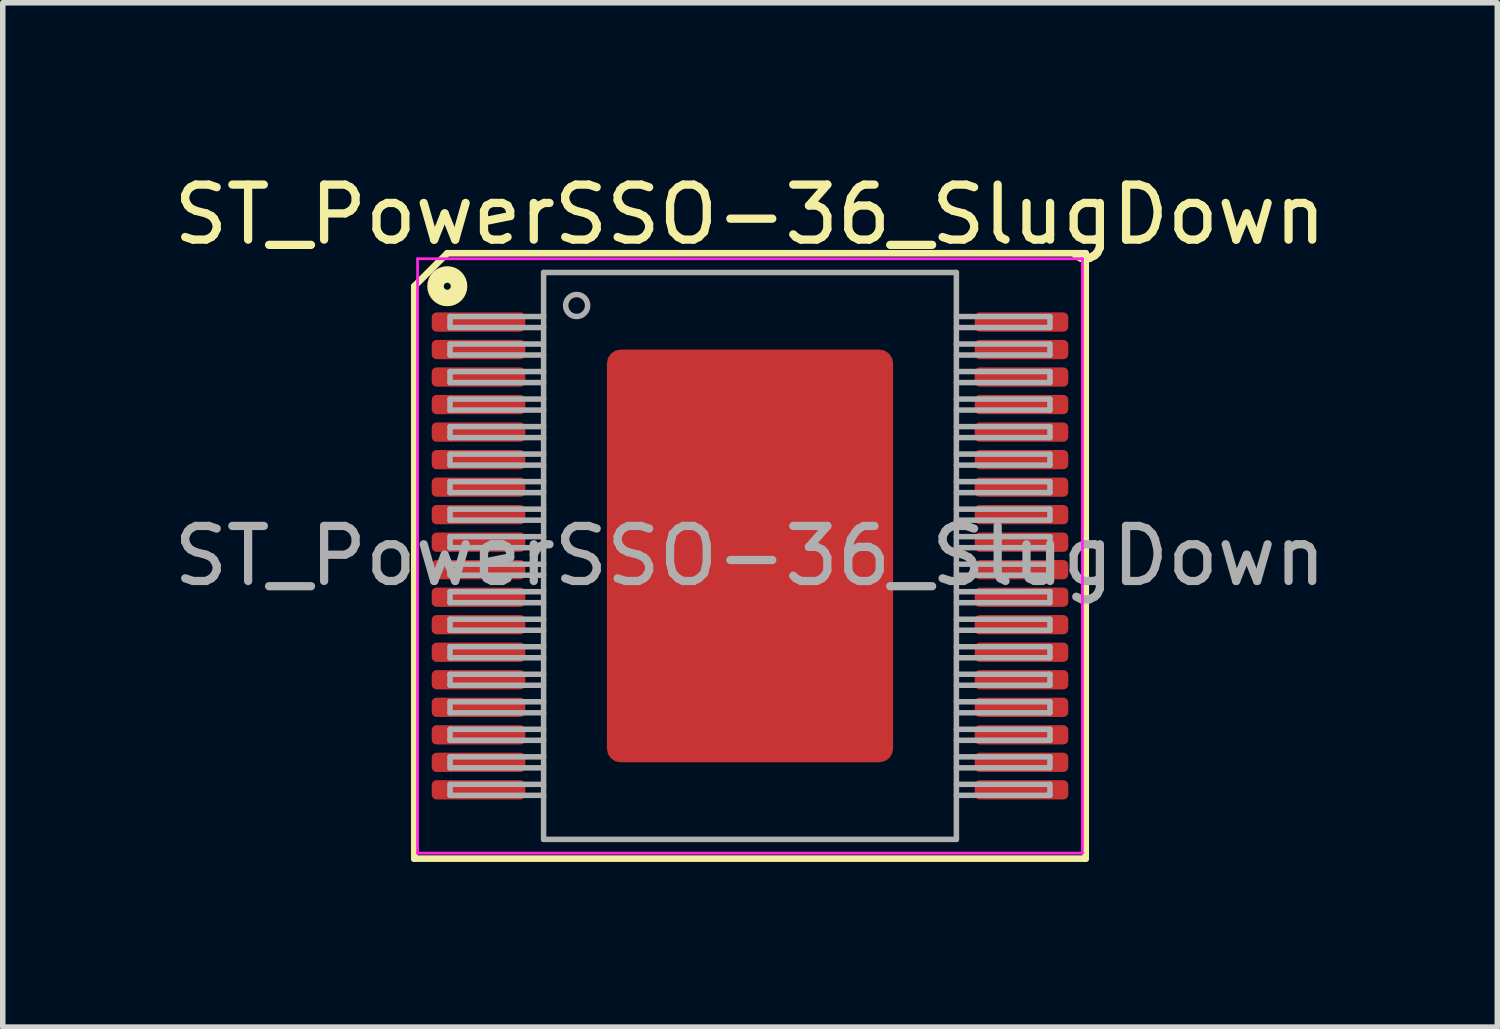
<source format=kicad_pcb>
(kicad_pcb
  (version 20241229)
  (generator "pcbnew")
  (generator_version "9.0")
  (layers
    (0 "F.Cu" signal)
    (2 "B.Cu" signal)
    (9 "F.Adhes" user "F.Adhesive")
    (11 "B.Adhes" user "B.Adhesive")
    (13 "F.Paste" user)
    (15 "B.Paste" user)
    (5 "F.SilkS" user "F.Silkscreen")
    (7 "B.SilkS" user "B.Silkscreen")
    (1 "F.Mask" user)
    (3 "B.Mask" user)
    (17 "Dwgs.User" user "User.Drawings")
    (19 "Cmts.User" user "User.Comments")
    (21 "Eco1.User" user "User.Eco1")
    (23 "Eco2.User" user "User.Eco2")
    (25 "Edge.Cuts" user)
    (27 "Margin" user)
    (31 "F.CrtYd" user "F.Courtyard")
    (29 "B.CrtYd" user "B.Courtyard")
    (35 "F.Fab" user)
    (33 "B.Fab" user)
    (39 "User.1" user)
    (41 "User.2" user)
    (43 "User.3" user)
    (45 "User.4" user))
  (footprint "ST_PowerSSO-36_SlugDown"
    (layer "F.Cu")
    (at 10.577 7.051)
    (property "Reference" "ST_PowerSSO-36_SlugDown" (at 0 -6.202 0) (layer "F.SilkS") (effects (font (size 1 1) (thickness 0.15))))
    (attr smd)
    (fp_line (start -6.1 -4.9) (end -6.1 5.5) (stroke (width 0.12) (type solid)) (layer "F.SilkS"))
    (fp_line (start -6.1 -4.9) (end -5.5 -5.5) (stroke (width 0.12) (type solid)) (layer "F.SilkS"))
    (fp_line (start -6.1 5.5) (end 6.1 5.5) (stroke (width 0.12) (type solid)) (layer "F.SilkS"))
    (fp_line (start 6.1 -5.5) (end -5.5 -5.5) (stroke (width 0.12) (type solid)) (layer "F.SilkS"))
    (fp_line (start 6.1 5.5) (end 6.1 -5.5) (stroke (width 0.12) (type solid)) (layer "F.SilkS"))
    (fp_circle (center -5.5 -4.9) (end -5.436 -4.9) (stroke (width 0.3) (type solid)) (fill no) (layer "F.SilkS"))
    (fp_line (start -6.04 -5.4) (end -6.04 5.4) (stroke (width 0.05) (type solid)) (layer "F.CrtYd"))
    (fp_line (start -6.04 -5.4) (end 6.04 -5.4) (stroke (width 0.05) (type solid)) (layer "F.CrtYd"))
    (fp_line (start 6.04 5.4) (end -6.04 5.4) (stroke (width 0.05) (type solid)) (layer "F.CrtYd"))
    (fp_line (start 6.04 5.4) (end 6.04 -5.4) (stroke (width 0.05) (type solid)) (layer "F.CrtYd"))
    (fp_line (start -5.45 -4.35) (end -5.45 -4.15) (stroke (width 0.1) (type solid)) (layer "F.Fab"))
    (fp_line (start -5.45 -4.35) (end -3.75 -4.35) (stroke (width 0.1) (type solid)) (layer "F.Fab"))
    (fp_line (start -5.45 -4.15) (end -3.75 -4.15) (stroke (width 0.1) (type solid)) (layer "F.Fab"))
    (fp_line (start -5.45 -3.85) (end -5.45 -3.65) (stroke (width 0.1) (type solid)) (layer "F.Fab"))
    (fp_line (start -5.45 -3.85) (end -3.75 -3.85) (stroke (width 0.1) (type solid)) (layer "F.Fab"))
    (fp_line (start -5.45 -3.65) (end -3.75 -3.65) (stroke (width 0.1) (type solid)) (layer "F.Fab"))
    (fp_line (start -5.45 -3.35) (end -5.45 -3.15) (stroke (width 0.1) (type solid)) (layer "F.Fab"))
    (fp_line (start -5.45 -3.35) (end -3.75 -3.35) (stroke (width 0.1) (type solid)) (layer "F.Fab"))
    (fp_line (start -5.45 -3.15) (end -3.75 -3.15) (stroke (width 0.1) (type solid)) (layer "F.Fab"))
    (fp_line (start -5.45 -2.85) (end -5.45 -2.65) (stroke (width 0.1) (type solid)) (layer "F.Fab"))
    (fp_line (start -5.45 -2.85) (end -3.75 -2.85) (stroke (width 0.1) (type solid)) (layer "F.Fab"))
    (fp_line (start -5.45 -2.65) (end -3.75 -2.65) (stroke (width 0.1) (type solid)) (layer "F.Fab"))
    (fp_line (start -5.45 -2.35) (end -5.45 -2.15) (stroke (width 0.1) (type solid)) (layer "F.Fab"))
    (fp_line (start -5.45 -2.35) (end -3.75 -2.35) (stroke (width 0.1) (type solid)) (layer "F.Fab"))
    (fp_line (start -5.45 -2.15) (end -3.75 -2.15) (stroke (width 0.1) (type solid)) (layer "F.Fab"))
    (fp_line (start -5.45 -1.85) (end -5.45 -1.65) (stroke (width 0.1) (type solid)) (layer "F.Fab"))
    (fp_line (start -5.45 -1.85) (end -3.75 -1.85) (stroke (width 0.1) (type solid)) (layer "F.Fab"))
    (fp_line (start -5.45 -1.65) (end -3.75 -1.65) (stroke (width 0.1) (type solid)) (layer "F.Fab"))
    (fp_line (start -5.45 -1.35) (end -5.45 -1.15) (stroke (width 0.1) (type solid)) (layer "F.Fab"))
    (fp_line (start -5.45 -1.35) (end -3.75 -1.35) (stroke (width 0.1) (type solid)) (layer "F.Fab"))
    (fp_line (start -5.45 -1.15) (end -3.75 -1.15) (stroke (width 0.1) (type solid)) (layer "F.Fab"))
    (fp_line (start -5.45 -0.85) (end -5.45 -0.65) (stroke (width 0.1) (type solid)) (layer "F.Fab"))
    (fp_line (start -5.45 -0.85) (end -3.75 -0.85) (stroke (width 0.1) (type solid)) (layer "F.Fab"))
    (fp_line (start -5.45 -0.65) (end -3.75 -0.65) (stroke (width 0.1) (type solid)) (layer "F.Fab"))
    (fp_line (start -5.45 -0.35) (end -5.45 -0.15) (stroke (width 0.1) (type solid)) (layer "F.Fab"))
    (fp_line (start -5.45 -0.35) (end -3.75 -0.35) (stroke (width 0.1) (type solid)) (layer "F.Fab"))
    (fp_line (start -5.45 -0.15) (end -3.75 -0.15) (stroke (width 0.1) (type solid)) (layer "F.Fab"))
    (fp_line (start -5.45 0.15) (end -5.45 0.35) (stroke (width 0.1) (type solid)) (layer "F.Fab"))
    (fp_line (start -5.45 0.15) (end -3.75 0.15) (stroke (width 0.1) (type solid)) (layer "F.Fab"))
    (fp_line (start -5.45 0.35) (end -3.75 0.35) (stroke (width 0.1) (type solid)) (layer "F.Fab"))
    (fp_line (start -5.45 0.65) (end -5.45 0.85) (stroke (width 0.1) (type solid)) (layer "F.Fab"))
    (fp_line (start -5.45 0.65) (end -3.75 0.65) (stroke (width 0.1) (type solid)) (layer "F.Fab"))
    (fp_line (start -5.45 0.85) (end -3.75 0.85) (stroke (width 0.1) (type solid)) (layer "F.Fab"))
    (fp_line (start -5.45 1.15) (end -5.45 1.35) (stroke (width 0.1) (type solid)) (layer "F.Fab"))
    (fp_line (start -5.45 1.15) (end -3.75 1.15) (stroke (width 0.1) (type solid)) (layer "F.Fab"))
    (fp_line (start -5.45 1.35) (end -3.75 1.35) (stroke (width 0.1) (type solid)) (layer "F.Fab"))
    (fp_line (start -5.45 1.65) (end -5.45 1.85) (stroke (width 0.1) (type solid)) (layer "F.Fab"))
    (fp_line (start -5.45 1.65) (end -3.75 1.65) (stroke (width 0.1) (type solid)) (layer "F.Fab"))
    (fp_line (start -5.45 1.85) (end -3.75 1.85) (stroke (width 0.1) (type solid)) (layer "F.Fab"))
    (fp_line (start -5.45 2.15) (end -5.45 2.35) (stroke (width 0.1) (type solid)) (layer "F.Fab"))
    (fp_line (start -5.45 2.15) (end -3.75 2.15) (stroke (width 0.1) (type solid)) (layer "F.Fab"))
    (fp_line (start -5.45 2.35) (end -3.75 2.35) (stroke (width 0.1) (type solid)) (layer "F.Fab"))
    (fp_line (start -5.45 2.65) (end -5.45 2.85) (stroke (width 0.1) (type solid)) (layer "F.Fab"))
    (fp_line (start -5.45 2.65) (end -3.75 2.65) (stroke (width 0.1) (type solid)) (layer "F.Fab"))
    (fp_line (start -5.45 2.85) (end -3.75 2.85) (stroke (width 0.1) (type solid)) (layer "F.Fab"))
    (fp_line (start -5.45 3.15) (end -5.45 3.35) (stroke (width 0.1) (type solid)) (layer "F.Fab"))
    (fp_line (start -5.45 3.15) (end -3.75 3.15) (stroke (width 0.1) (type solid)) (layer "F.Fab"))
    (fp_line (start -5.45 3.35) (end -3.75 3.35) (stroke (width 0.1) (type solid)) (layer "F.Fab"))
    (fp_line (start -5.45 3.65) (end -5.45 3.85) (stroke (width 0.1) (type solid)) (layer "F.Fab"))
    (fp_line (start -5.45 3.65) (end -3.75 3.65) (stroke (width 0.1) (type solid)) (layer "F.Fab"))
    (fp_line (start -5.45 3.85) (end -3.75 3.85) (stroke (width 0.1) (type solid)) (layer "F.Fab"))
    (fp_line (start -5.45 4.15) (end -5.45 4.35) (stroke (width 0.1) (type solid)) (layer "F.Fab"))
    (fp_line (start -5.45 4.15) (end -3.75 4.15) (stroke (width 0.1) (type solid)) (layer "F.Fab"))
    (fp_line (start -5.45 4.35) (end -3.75 4.35) (stroke (width 0.1) (type solid)) (layer "F.Fab"))
    (fp_line (start -3.75 -5.15) (end -3.75 5.15) (stroke (width 0.1) (type solid)) (layer "F.Fab"))
    (fp_line (start -3.75 5.15) (end 3.75 5.15) (stroke (width 0.1) (type solid)) (layer "F.Fab"))
    (fp_line (start 3.75 -5.15) (end -3.75 -5.15) (stroke (width 0.1) (type solid)) (layer "F.Fab"))
    (fp_line (start 3.75 5.15) (end 3.75 -5.15) (stroke (width 0.1) (type solid)) (layer "F.Fab"))
    (fp_line (start 5.45 -4.35) (end 3.75 -4.35) (stroke (width 0.1) (type solid)) (layer "F.Fab"))
    (fp_line (start 5.45 -4.15) (end 3.75 -4.15) (stroke (width 0.1) (type solid)) (layer "F.Fab"))
    (fp_line (start 5.45 -4.15) (end 5.45 -4.35) (stroke (width 0.1) (type solid)) (layer "F.Fab"))
    (fp_line (start 5.45 -3.85) (end 3.75 -3.85) (stroke (width 0.1) (type solid)) (layer "F.Fab"))
    (fp_line (start 5.45 -3.65) (end 3.75 -3.65) (stroke (width 0.1) (type solid)) (layer "F.Fab"))
    (fp_line (start 5.45 -3.65) (end 5.45 -3.85) (stroke (width 0.1) (type solid)) (layer "F.Fab"))
    (fp_line (start 5.45 -3.35) (end 3.75 -3.35) (stroke (width 0.1) (type solid)) (layer "F.Fab"))
    (fp_line (start 5.45 -3.15) (end 3.75 -3.15) (stroke (width 0.1) (type solid)) (layer "F.Fab"))
    (fp_line (start 5.45 -3.15) (end 5.45 -3.35) (stroke (width 0.1) (type solid)) (layer "F.Fab"))
    (fp_line (start 5.45 -2.85) (end 3.75 -2.85) (stroke (width 0.1) (type solid)) (layer "F.Fab"))
    (fp_line (start 5.45 -2.65) (end 3.75 -2.65) (stroke (width 0.1) (type solid)) (layer "F.Fab"))
    (fp_line (start 5.45 -2.65) (end 5.45 -2.85) (stroke (width 0.1) (type solid)) (layer "F.Fab"))
    (fp_line (start 5.45 -2.35) (end 3.75 -2.35) (stroke (width 0.1) (type solid)) (layer "F.Fab"))
    (fp_line (start 5.45 -2.15) (end 3.75 -2.15) (stroke (width 0.1) (type solid)) (layer "F.Fab"))
    (fp_line (start 5.45 -2.15) (end 5.45 -2.35) (stroke (width 0.1) (type solid)) (layer "F.Fab"))
    (fp_line (start 5.45 -1.85) (end 3.75 -1.85) (stroke (width 0.1) (type solid)) (layer "F.Fab"))
    (fp_line (start 5.45 -1.65) (end 3.75 -1.65) (stroke (width 0.1) (type solid)) (layer "F.Fab"))
    (fp_line (start 5.45 -1.65) (end 5.45 -1.85) (stroke (width 0.1) (type solid)) (layer "F.Fab"))
    (fp_line (start 5.45 -1.35) (end 3.75 -1.35) (stroke (width 0.1) (type solid)) (layer "F.Fab"))
    (fp_line (start 5.45 -1.15) (end 3.75 -1.15) (stroke (width 0.1) (type solid)) (layer "F.Fab"))
    (fp_line (start 5.45 -1.15) (end 5.45 -1.35) (stroke (width 0.1) (type solid)) (layer "F.Fab"))
    (fp_line (start 5.45 -0.85) (end 3.75 -0.85) (stroke (width 0.1) (type solid)) (layer "F.Fab"))
    (fp_line (start 5.45 -0.65) (end 3.75 -0.65) (stroke (width 0.1) (type solid)) (layer "F.Fab"))
    (fp_line (start 5.45 -0.65) (end 5.45 -0.85) (stroke (width 0.1) (type solid)) (layer "F.Fab"))
    (fp_line (start 5.45 -0.35) (end 3.75 -0.35) (stroke (width 0.1) (type solid)) (layer "F.Fab"))
    (fp_line (start 5.45 -0.15) (end 3.75 -0.15) (stroke (width 0.1) (type solid)) (layer "F.Fab"))
    (fp_line (start 5.45 -0.15) (end 5.45 -0.35) (stroke (width 0.1) (type solid)) (layer "F.Fab"))
    (fp_line (start 5.45 0.15) (end 3.75 0.15) (stroke (width 0.1) (type solid)) (layer "F.Fab"))
    (fp_line (start 5.45 0.35) (end 3.75 0.35) (stroke (width 0.1) (type solid)) (layer "F.Fab"))
    (fp_line (start 5.45 0.35) (end 5.45 0.15) (stroke (width 0.1) (type solid)) (layer "F.Fab"))
    (fp_line (start 5.45 0.65) (end 3.75 0.65) (stroke (width 0.1) (type solid)) (layer "F.Fab"))
    (fp_line (start 5.45 0.85) (end 3.75 0.85) (stroke (width 0.1) (type solid)) (layer "F.Fab"))
    (fp_line (start 5.45 0.85) (end 5.45 0.65) (stroke (width 0.1) (type solid)) (layer "F.Fab"))
    (fp_line (start 5.45 1.15) (end 3.75 1.15) (stroke (width 0.1) (type solid)) (layer "F.Fab"))
    (fp_line (start 5.45 1.35) (end 3.75 1.35) (stroke (width 0.1) (type solid)) (layer "F.Fab"))
    (fp_line (start 5.45 1.35) (end 5.45 1.15) (stroke (width 0.1) (type solid)) (layer "F.Fab"))
    (fp_line (start 5.45 1.65) (end 3.75 1.65) (stroke (width 0.1) (type solid)) (layer "F.Fab"))
    (fp_line (start 5.45 1.85) (end 3.75 1.85) (stroke (width 0.1) (type solid)) (layer "F.Fab"))
    (fp_line (start 5.45 1.85) (end 5.45 1.65) (stroke (width 0.1) (type solid)) (layer "F.Fab"))
    (fp_line (start 5.45 2.15) (end 3.75 2.15) (stroke (width 0.1) (type solid)) (layer "F.Fab"))
    (fp_line (start 5.45 2.35) (end 3.75 2.35) (stroke (width 0.1) (type solid)) (layer "F.Fab"))
    (fp_line (start 5.45 2.35) (end 5.45 2.15) (stroke (width 0.1) (type solid)) (layer "F.Fab"))
    (fp_line (start 5.45 2.65) (end 3.75 2.65) (stroke (width 0.1) (type solid)) (layer "F.Fab"))
    (fp_line (start 5.45 2.85) (end 3.75 2.85) (stroke (width 0.1) (type solid)) (layer "F.Fab"))
    (fp_line (start 5.45 2.85) (end 5.45 2.65) (stroke (width 0.1) (type solid)) (layer "F.Fab"))
    (fp_line (start 5.45 3.15) (end 3.75 3.15) (stroke (width 0.1) (type solid)) (layer "F.Fab"))
    (fp_line (start 5.45 3.35) (end 3.75 3.35) (stroke (width 0.1) (type solid)) (layer "F.Fab"))
    (fp_line (start 5.45 3.35) (end 5.45 3.15) (stroke (width 0.1) (type solid)) (layer "F.Fab"))
    (fp_line (start 5.45 3.65) (end 3.75 3.65) (stroke (width 0.1) (type solid)) (layer "F.Fab"))
    (fp_line (start 5.45 3.85) (end 3.75 3.85) (stroke (width 0.1) (type solid)) (layer "F.Fab"))
    (fp_line (start 5.45 3.85) (end 5.45 3.65) (stroke (width 0.1) (type solid)) (layer "F.Fab"))
    (fp_line (start 5.45 4.15) (end 3.75 4.15) (stroke (width 0.1) (type solid)) (layer "F.Fab"))
    (fp_line (start 5.45 4.35) (end 3.75 4.35) (stroke (width 0.1) (type solid)) (layer "F.Fab"))
    (fp_line (start 5.45 4.35) (end 5.45 4.15) (stroke (width 0.1) (type solid)) (layer "F.Fab"))
    (fp_circle (center -3.15 -4.55) (end -2.95 -4.55) (stroke (width 0.1) (type solid)) (fill no) (layer "F.Fab"))
    (fp_text user "${REFERENCE}" (at 0 0 0) (layer "F.Fab") (effects (font (size 1 1) (thickness 0.15))))
    (pad "" smd roundrect (at -1.7 -2.7) (size 1.4 1.5) (layers "F.Paste") (roundrect_rratio 0.179))
    (pad "" smd roundrect (at -1.7 -0.9) (size 1.4 1.5) (layers "F.Paste") (roundrect_rratio 0.179))
    (pad "" smd roundrect (at -1.7 0.9) (size 1.4 1.5) (layers "F.Paste") (roundrect_rratio 0.179))
    (pad "" smd roundrect (at -1.7 2.7) (size 1.4 1.5) (layers "F.Paste") (roundrect_rratio 0.179))
    (pad "" smd roundrect (at 0 -2.7) (size 1.4 1.5) (layers "F.Paste") (roundrect_rratio 0.179))
    (pad "" smd roundrect (at 0 -0.9) (size 1.4 1.5) (layers "F.Paste") (roundrect_rratio 0.179))
    (pad "" smd roundrect (at 0 0.9) (size 1.4 1.5) (layers "F.Paste") (roundrect_rratio 0.179))
    (pad "" smd roundrect (at 0 2.7) (size 1.4 1.5) (layers "F.Paste") (roundrect_rratio 0.179))
    (pad "" smd roundrect (at 1.7 -2.7) (size 1.4 1.5) (layers "F.Paste") (roundrect_rratio 0.179))
    (pad "" smd roundrect (at 1.7 -0.9) (size 1.4 1.5) (layers "F.Paste") (roundrect_rratio 0.179))
    (pad "" smd roundrect (at 1.7 0.9) (size 1.4 1.5) (layers "F.Paste") (roundrect_rratio 0.179))
    (pad "" smd roundrect (at 1.7 2.7) (size 1.4 1.5) (layers "F.Paste") (roundrect_rratio 0.179))
    (pad "1" smd roundrect (at -4.933 -4.25) (size 1.7 0.35) (layers "F.Cu" "F.Mask" "F.Paste") (roundrect_rratio 0.25))
    (pad "2" smd roundrect (at -4.933 -3.75) (size 1.7 0.35) (layers "F.Cu" "F.Mask" "F.Paste") (roundrect_rratio 0.25))
    (pad "3" smd roundrect (at -4.933 -3.25) (size 1.7 0.35) (layers "F.Cu" "F.Mask" "F.Paste") (roundrect_rratio 0.25))
    (pad "4" smd roundrect (at -4.933 -2.75) (size 1.7 0.35) (layers "F.Cu" "F.Mask" "F.Paste") (roundrect_rratio 0.25))
    (pad "5" smd roundrect (at -4.933 -2.25) (size 1.7 0.35) (layers "F.Cu" "F.Mask" "F.Paste") (roundrect_rratio 0.25))
    (pad "6" smd roundrect (at -4.933 -1.75) (size 1.7 0.35) (layers "F.Cu" "F.Mask" "F.Paste") (roundrect_rratio 0.25))
    (pad "7" smd roundrect (at -4.933 -1.25) (size 1.7 0.35) (layers "F.Cu" "F.Mask" "F.Paste") (roundrect_rratio 0.25))
    (pad "8" smd roundrect (at -4.933 -0.75) (size 1.7 0.35) (layers "F.Cu" "F.Mask" "F.Paste") (roundrect_rratio 0.25))
    (pad "9" smd roundrect (at -4.933 -0.25) (size 1.7 0.35) (layers "F.Cu" "F.Mask" "F.Paste") (roundrect_rratio 0.25))
    (pad "10" smd roundrect (at -4.933 0.25) (size 1.7 0.35) (layers "F.Cu" "F.Mask" "F.Paste") (roundrect_rratio 0.25))
    (pad "11" smd roundrect (at -4.933 0.75) (size 1.7 0.35) (layers "F.Cu" "F.Mask" "F.Paste") (roundrect_rratio 0.25))
    (pad "12" smd roundrect (at -4.933 1.25) (size 1.7 0.35) (layers "F.Cu" "F.Mask" "F.Paste") (roundrect_rratio 0.25))
    (pad "13" smd roundrect (at -4.933 1.75) (size 1.7 0.35) (layers "F.Cu" "F.Mask" "F.Paste") (roundrect_rratio 0.25))
    (pad "14" smd roundrect (at -4.933 2.25) (size 1.7 0.35) (layers "F.Cu" "F.Mask" "F.Paste") (roundrect_rratio 0.25))
    (pad "15" smd roundrect (at -4.933 2.75) (size 1.7 0.35) (layers "F.Cu" "F.Mask" "F.Paste") (roundrect_rratio 0.25))
    (pad "16" smd roundrect (at -4.933 3.25) (size 1.7 0.35) (layers "F.Cu" "F.Mask" "F.Paste") (roundrect_rratio 0.25))
    (pad "17" smd roundrect (at -4.933 3.75) (size 1.7 0.35) (layers "F.Cu" "F.Mask" "F.Paste") (roundrect_rratio 0.25))
    (pad "18" smd roundrect (at -4.933 4.25) (size 1.7 0.35) (layers "F.Cu" "F.Mask" "F.Paste") (roundrect_rratio 0.25))
    (pad "19" smd roundrect (at 4.933 4.25) (size 1.7 0.35) (layers "F.Cu" "F.Mask" "F.Paste") (roundrect_rratio 0.25))
    (pad "20" smd roundrect (at 4.933 3.75) (size 1.7 0.35) (layers "F.Cu" "F.Mask" "F.Paste") (roundrect_rratio 0.25))
    (pad "21" smd roundrect (at 4.933 3.25) (size 1.7 0.35) (layers "F.Cu" "F.Mask" "F.Paste") (roundrect_rratio 0.25))
    (pad "22" smd roundrect (at 4.933 2.75) (size 1.7 0.35) (layers "F.Cu" "F.Mask" "F.Paste") (roundrect_rratio 0.25))
    (pad "23" smd roundrect (at 4.933 2.25) (size 1.7 0.35) (layers "F.Cu" "F.Mask" "F.Paste") (roundrect_rratio 0.25))
    (pad "24" smd roundrect (at 4.933 1.75) (size 1.7 0.35) (layers "F.Cu" "F.Mask" "F.Paste") (roundrect_rratio 0.25))
    (pad "25" smd roundrect (at 4.933 1.25) (size 1.7 0.35) (layers "F.Cu" "F.Mask" "F.Paste") (roundrect_rratio 0.25))
    (pad "26" smd roundrect (at 4.933 0.75) (size 1.7 0.35) (layers "F.Cu" "F.Mask" "F.Paste") (roundrect_rratio 0.25))
    (pad "27" smd roundrect (at 4.933 0.25) (size 1.7 0.35) (layers "F.Cu" "F.Mask" "F.Paste") (roundrect_rratio 0.25))
    (pad "28" smd roundrect (at 4.933 -0.25) (size 1.7 0.35) (layers "F.Cu" "F.Mask" "F.Paste") (roundrect_rratio 0.25))
    (pad "29" smd roundrect (at 4.933 -0.75) (size 1.7 0.35) (layers "F.Cu" "F.Mask" "F.Paste") (roundrect_rratio 0.25))
    (pad "30" smd roundrect (at 4.933 -1.25) (size 1.7 0.35) (layers "F.Cu" "F.Mask" "F.Paste") (roundrect_rratio 0.25))
    (pad "31" smd roundrect (at 4.933 -1.75) (size 1.7 0.35) (layers "F.Cu" "F.Mask" "F.Paste") (roundrect_rratio 0.25))
    (pad "32" smd roundrect (at 4.933 -2.25) (size 1.7 0.35) (layers "F.Cu" "F.Mask" "F.Paste") (roundrect_rratio 0.25))
    (pad "33" smd roundrect (at 4.933 -2.75) (size 1.7 0.35) (layers "F.Cu" "F.Mask" "F.Paste") (roundrect_rratio 0.25))
    (pad "34" smd roundrect (at 4.933 -3.25) (size 1.7 0.35) (layers "F.Cu" "F.Mask" "F.Paste") (roundrect_rratio 0.25))
    (pad "35" smd roundrect (at 4.933 -3.75) (size 1.7 0.35) (layers "F.Cu" "F.Mask" "F.Paste") (roundrect_rratio 0.25))
    (pad "36" smd roundrect (at 4.933 -4.25) (size 1.7 0.35) (layers "F.Cu" "F.Mask" "F.Paste") (roundrect_rratio 0.25))
    (pad "37" smd roundrect (at 0 0) (size 5.2 7.5) (layers "F.Cu" "F.Mask") (roundrect_rratio 0.048)))
  (gr_rect
    (start -3 -3)
    (end 24.155 15.611)
    (stroke (width 0.1) (type default))
    (fill no)
    (layer "Edge.Cuts")))
</source>
